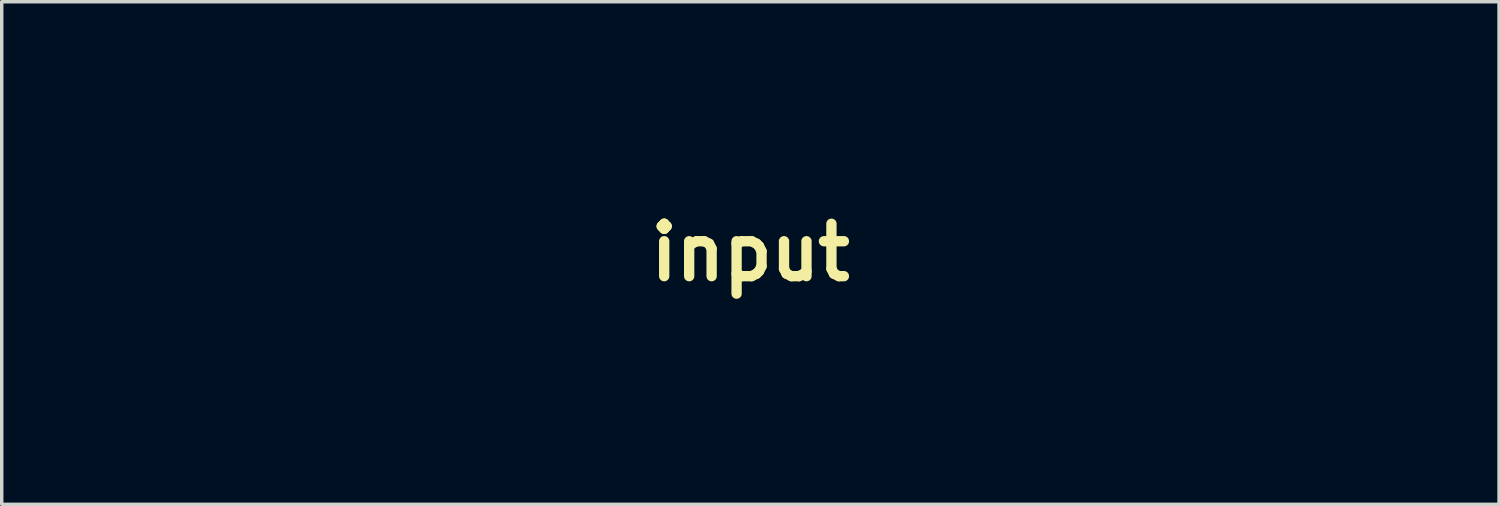
<source format=kicad_pcb>
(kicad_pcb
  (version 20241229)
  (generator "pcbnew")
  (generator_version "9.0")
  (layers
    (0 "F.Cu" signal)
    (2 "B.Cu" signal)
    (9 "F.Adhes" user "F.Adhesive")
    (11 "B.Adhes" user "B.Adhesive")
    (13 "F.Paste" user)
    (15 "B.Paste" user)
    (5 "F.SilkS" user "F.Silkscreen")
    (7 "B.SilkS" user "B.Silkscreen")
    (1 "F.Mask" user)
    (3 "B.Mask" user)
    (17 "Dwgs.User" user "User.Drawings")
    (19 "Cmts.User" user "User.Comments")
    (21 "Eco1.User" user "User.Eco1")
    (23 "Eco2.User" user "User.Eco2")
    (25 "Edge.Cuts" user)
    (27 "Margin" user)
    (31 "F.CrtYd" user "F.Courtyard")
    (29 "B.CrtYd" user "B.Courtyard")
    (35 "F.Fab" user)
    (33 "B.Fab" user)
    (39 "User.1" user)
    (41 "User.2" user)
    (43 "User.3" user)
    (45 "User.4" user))
  (footprint "input"
    (layer "F.Cu")
    (at 18.765 4.29)
    (property "Reference" "input" (at 0 0 0) (layer "F.SilkS") (effects (font (size 1.524 1.524) (thickness 0.3))))
    (attr through_hole)
    (fp_poly (pts (xy -17.978 -4.066) (xy -17.848 -4.009) (xy -17.707 -3.915) (xy -17.578 -3.801) (xy -17.482 -3.684) (xy -17.471 -3.666) (xy -17.452 -3.63) (xy -17.437 -3.594) (xy -17.424 -3.549) (xy -17.415 -3.489) (xy -17.409 -3.407) (xy -17.404 -3.296) (xy -17.402 -3.148) (xy -17.4 -2.957) (xy -17.4 -2.715) (xy -17.4 -2.483) (xy -17.399 -2.183) (xy -17.397 -1.939) (xy -17.394 -1.745) (xy -17.389 -1.596) (xy -17.383 -1.484) (xy -17.374 -1.403) (xy -17.363 -1.346) (xy -17.352 -1.315) (xy -17.316 -1.257) (xy -17.242 -1.163) (xy -17.139 -1.044) (xy -17.016 -0.907) (xy -16.884 -0.768) (xy -16.71 -0.585) (xy -16.576 -0.436) (xy -16.474 -0.31) (xy -16.397 -0.199) (xy -16.342 -0.105) (xy -16.223 0.123) (xy -16.24 3.672) (xy -16.328 3.804) (xy -16.461 3.958) (xy -16.641 4.095) (xy -16.85 4.202) (xy -16.907 4.224) (xy -17.031 4.256) (xy -17.195 4.282) (xy -17.378 4.301) (xy -17.558 4.31) (xy -17.715 4.309) (xy -17.812 4.298) (xy -18.067 4.227) (xy -18.299 4.121) (xy -18.495 3.986) (xy -18.643 3.83) (xy -18.661 3.804) (xy -18.748 3.672) (xy -18.757 0.073) (xy -18.758 -0.481) (xy -18.759 -0.976) (xy -18.76 -1.414) (xy -18.76 -1.799) (xy -18.76 -2.136) (xy -18.76 -2.426) (xy -18.759 -2.674) (xy -18.758 -2.884) (xy -18.756 -3.059) (xy -18.753 -3.202) (xy -18.75 -3.317) (xy -18.746 -3.408) (xy -18.741 -3.478) (xy -18.735 -3.531) (xy -18.729 -3.57) (xy -18.721 -3.599) (xy -18.713 -3.622) (xy -18.703 -3.641) (xy -18.702 -3.644) (xy -18.58 -3.824) (xy -18.436 -3.961) (xy -18.276 -4.048) (xy -18.111 -4.081) (xy -17.978 -4.066)) (stroke (width 0.01) (type solid)) (fill yes) (layer "F.Mask"))
    (fp_poly (pts (xy 16.166 -4.25) (xy 16.608 -4.249) (xy 16.992 -4.248) (xy 17.319 -4.245) (xy 17.591 -4.243) (xy 17.809 -4.239) (xy 17.974 -4.235) (xy 18.088 -4.23) (xy 18.152 -4.224) (xy 18.161 -4.222) (xy 18.273 -4.183) (xy 18.397 -4.122) (xy 18.451 -4.088) (xy 18.614 -3.949) (xy 18.718 -3.795) (xy 18.763 -3.632) (xy 18.752 -3.467) (xy 18.683 -3.305) (xy 18.559 -3.152) (xy 18.381 -3.015) (xy 18.288 -2.963) (xy 18.113 -2.873) (xy 17.002 -2.857) (xy 16.707 -2.853) (xy 16.469 -2.849) (xy 16.281 -2.845) (xy 16.136 -2.84) (xy 16.027 -2.835) (xy 15.948 -2.827) (xy 15.891 -2.817) (xy 15.851 -2.805) (xy 15.82 -2.79) (xy 15.792 -2.771) (xy 15.789 -2.769) (xy 15.693 -2.686) (xy 15.588 -2.572) (xy 15.493 -2.451) (xy 15.435 -2.36) (xy 15.42 -2.297) (xy 15.408 -2.179) (xy 15.401 -2.012) (xy 15.399 -1.806) (xy 15.399 -1.314) (xy 15.497 -1.159) (xy 15.552 -1.085) (xy 15.642 -0.976) (xy 15.757 -0.844) (xy 15.888 -0.701) (xy 15.993 -0.589) (xy 16.137 -0.434) (xy 16.265 -0.29) (xy 16.367 -0.165) (xy 16.436 -0.069) (xy 16.458 -0.032) (xy 16.473 0.002) (xy 16.486 0.037) (xy 16.496 0.079) (xy 16.505 0.134) (xy 16.512 0.207) (xy 16.518 0.304) (xy 16.522 0.43) (xy 16.525 0.591) (xy 16.528 0.793) (xy 16.53 1.04) (xy 16.533 1.339) (xy 16.535 1.696) (xy 16.535 1.758) (xy 16.537 2.149) (xy 16.538 2.483) (xy 16.538 2.763) (xy 16.535 2.997) (xy 16.53 3.188) (xy 16.522 3.344) (xy 16.51 3.468) (xy 16.494 3.568) (xy 16.473 3.647) (xy 16.446 3.712) (xy 16.413 3.768) (xy 16.373 3.82) (xy 16.326 3.874) (xy 16.307 3.895) (xy 16.108 4.071) (xy 15.87 4.2) (xy 15.65 4.269) (xy 15.467 4.299) (xy 15.255 4.312) (xy 15.042 4.309) (xy 14.858 4.288) (xy 14.843 4.285) (xy 14.587 4.203) (xy 14.363 4.065) (xy 14.17 3.873) (xy 14.109 3.791) (xy 13.986 3.612) (xy 13.954 -2.175) (xy 13.881 -2.313) (xy 13.764 -2.502) (xy 13.626 -2.667) (xy 13.516 -2.765) (xy 13.414 -2.842) (xy 12.303 -2.857) (xy 12.006 -2.862) (xy 11.766 -2.866) (xy 11.575 -2.871) (xy 11.426 -2.876) (xy 11.313 -2.882) (xy 11.228 -2.891) (xy 11.164 -2.901) (xy 11.114 -2.914) (xy 11.071 -2.93) (xy 11.047 -2.94) (xy 10.843 -3.061) (xy 10.69 -3.207) (xy 10.59 -3.372) (xy 10.545 -3.551) (xy 10.559 -3.737) (xy 10.634 -3.924) (xy 10.636 -3.926) (xy 10.707 -4.032) (xy 10.788 -4.124) (xy 10.834 -4.164) (xy 10.938 -4.239) (xy 14.478 -4.248) (xy 15.102 -4.249) (xy 15.664 -4.25) (xy 16.166 -4.25)) (stroke (width 0.01) (type solid)) (fill yes) (layer "F.Mask"))
    (fp_poly (pts (xy -9.931 -4.284) (xy -9.779 -4.283) (xy -9.659 -4.28) (xy -9.565 -4.276) (xy -9.492 -4.271) (xy -9.436 -4.264) (xy -9.392 -4.256) (xy -9.355 -4.246) (xy -9.321 -4.234) (xy -9.303 -4.227) (xy -9.252 -4.205) (xy -9.199 -4.176) (xy -9.139 -4.134) (xy -9.067 -4.075) (xy -8.977 -3.995) (xy -8.863 -3.888) (xy -8.722 -3.75) (xy -8.547 -3.576) (xy -8.333 -3.362) (xy -8.313 -3.342) (xy -8.099 -3.127) (xy -7.926 -2.951) (xy -7.788 -2.81) (xy -7.682 -2.698) (xy -7.602 -2.609) (xy -7.545 -2.539) (xy -7.505 -2.482) (xy -7.478 -2.433) (xy -7.459 -2.386) (xy -7.448 -2.352) (xy -7.439 -2.316) (xy -7.432 -2.269) (xy -7.425 -2.209) (xy -7.419 -2.13) (xy -7.414 -2.029) (xy -7.41 -1.901) (xy -7.407 -1.743) (xy -7.404 -1.551) (xy -7.402 -1.319) (xy -7.4 -1.045) (xy -7.399 -0.725) (xy -7.398 -0.353) (xy -7.398 0.074) (xy -7.398 0.559) (xy -7.398 0.624) (xy -7.398 1.11) (xy -7.398 1.537) (xy -7.398 1.909) (xy -7.399 2.23) (xy -7.4 2.504) (xy -7.402 2.735) (xy -7.404 2.927) (xy -7.407 3.085) (xy -7.41 3.212) (xy -7.415 3.314) (xy -7.42 3.393) (xy -7.426 3.454) (xy -7.434 3.502) (xy -7.442 3.539) (xy -7.452 3.572) (xy -7.461 3.594) (xy -7.559 3.793) (xy -7.688 3.95) (xy -7.838 4.06) (xy -8.002 4.118) (xy -8.174 4.121) (xy -8.277 4.094) (xy -8.428 4.016) (xy -8.573 3.905) (xy -8.67 3.802) (xy -8.747 3.699) (xy -8.779 -2.175) (xy -8.854 -2.318) (xy -8.967 -2.507) (xy -9.084 -2.648) (xy -9.22 -2.757) (xy -9.234 -2.766) (xy -9.379 -2.857) (xy -11.684 -2.857) (xy -13.989 -2.858) (xy -14.13 -2.767) (xy -14.286 -2.65) (xy -14.406 -2.517) (xy -14.475 -2.413) (xy -14.501 -2.363) (xy -14.519 -2.308) (xy -14.531 -2.236) (xy -14.538 -2.134) (xy -14.541 -1.991) (xy -14.541 -1.833) (xy -14.54 -1.64) (xy -14.532 -1.486) (xy -14.512 -1.358) (xy -14.476 -1.244) (xy -14.417 -1.134) (xy -14.331 -1.016) (xy -14.212 -0.877) (xy -14.055 -0.707) (xy -14.017 -0.667) (xy -13.855 -0.493) (xy -13.731 -0.357) (xy -13.638 -0.25) (xy -13.571 -0.166) (xy -13.525 -0.095) (xy -13.491 -0.029) (xy -13.466 0.039) (xy -13.449 0.093) (xy -13.436 0.171) (xy -13.425 0.304) (xy -13.415 0.484) (xy -13.407 0.704) (xy -13.401 0.956) (xy -13.397 1.232) (xy -13.394 1.523) (xy -13.393 1.823) (xy -13.393 2.122) (xy -13.396 2.413) (xy -13.4 2.688) (xy -13.406 2.94) (xy -13.413 3.16) (xy -13.423 3.34) (xy -13.434 3.472) (xy -13.447 3.549) (xy -13.541 3.758) (xy -13.687 3.945) (xy -13.877 4.101) (xy -14.099 4.216) (xy -14.172 4.242) (xy -14.298 4.269) (xy -14.465 4.29) (xy -14.653 4.303) (xy -14.839 4.306) (xy -15.002 4.3) (xy -15.104 4.286) (xy -15.363 4.203) (xy -15.583 4.07) (xy -15.762 3.89) (xy -15.845 3.765) (xy -15.938 3.604) (xy -15.938 0.626) (xy -15.938 -2.352) (xy -15.861 -2.501) (xy -15.812 -2.573) (xy -15.724 -2.68) (xy -15.602 -2.816) (xy -15.455 -2.972) (xy -15.289 -3.143) (xy -15.112 -3.322) (xy -14.931 -3.5) (xy -14.753 -3.671) (xy -14.585 -3.829) (xy -14.435 -3.965) (xy -14.308 -4.073) (xy -14.214 -4.146) (xy -14.174 -4.17) (xy -14.013 -4.25) (xy -11.745 -4.272) (xy -11.311 -4.276) (xy -10.936 -4.279) (xy -10.615 -4.282) (xy -10.344 -4.284) (xy -10.117 -4.285) (xy -9.931 -4.284)) (stroke (width 0.01) (type solid)) (fill yes) (layer "F.Mask"))
    (fp_poly (pts (xy 2.525 -4.065) (xy 2.689 -3.976) (xy 2.84 -3.835) (xy 2.972 -3.647) (xy 2.992 -3.611) (xy 3.012 -3.572) (xy 3.027 -3.533) (xy 3.04 -3.484) (xy 3.049 -3.421) (xy 3.057 -3.334) (xy 3.063 -3.218) (xy 3.068 -3.064) (xy 3.072 -2.867) (xy 3.076 -2.618) (xy 3.08 -2.397) (xy 3.096 -1.318) (xy 3.201 -1.162) (xy 3.258 -1.087) (xy 3.35 -0.977) (xy 3.466 -0.845) (xy 3.597 -0.701) (xy 3.693 -0.599) (xy 3.865 -0.413) (xy 3.997 -0.261) (xy 4.095 -0.132) (xy 4.165 -0.018) (xy 4.214 0.092) (xy 4.247 0.206) (xy 4.253 0.232) (xy 4.262 0.305) (xy 4.27 0.434) (xy 4.276 0.61) (xy 4.282 0.825) (xy 4.285 1.071) (xy 4.286 1.34) (xy 4.286 1.377) (xy 4.286 1.654) (xy 4.287 1.874) (xy 4.289 2.046) (xy 4.292 2.176) (xy 4.297 2.271) (xy 4.304 2.339) (xy 4.315 2.387) (xy 4.329 2.421) (xy 4.346 2.45) (xy 4.358 2.466) (xy 4.508 2.627) (xy 4.705 2.762) (xy 4.815 2.818) (xy 5.001 2.905) (xy 8.176 2.905) (xy 8.346 2.811) (xy 8.551 2.662) (xy 8.72 2.463) (xy 8.803 2.32) (xy 8.874 2.175) (xy 8.906 -3.667) (xy 8.983 -3.77) (xy 9.099 -3.891) (xy 9.247 -3.998) (xy 9.376 -4.062) (xy 9.548 -4.095) (xy 9.718 -4.07) (xy 9.877 -3.99) (xy 10.02 -3.86) (xy 10.137 -3.686) (xy 10.193 -3.561) (xy 10.204 -3.53) (xy 10.214 -3.498) (xy 10.222 -3.459) (xy 10.229 -3.411) (xy 10.235 -3.349) (xy 10.24 -3.268) (xy 10.244 -3.165) (xy 10.247 -3.036) (xy 10.249 -2.876) (xy 10.251 -2.682) (xy 10.252 -2.449) (xy 10.252 -2.173) (xy 10.252 -1.851) (xy 10.251 -1.477) (xy 10.25 -1.048) (xy 10.248 -0.561) (xy 10.248 -0.528) (xy 10.247 -0.037) (xy 10.245 0.394) (xy 10.244 0.771) (xy 10.242 1.096) (xy 10.24 1.373) (xy 10.238 1.608) (xy 10.236 1.803) (xy 10.233 1.963) (xy 10.229 2.092) (xy 10.224 2.194) (xy 10.219 2.274) (xy 10.213 2.334) (xy 10.205 2.379) (xy 10.197 2.414) (xy 10.187 2.442) (xy 10.176 2.467) (xy 10.172 2.477) (xy 10.132 2.539) (xy 10.058 2.631) (xy 9.947 2.756) (xy 9.796 2.915) (xy 9.604 3.112) (xy 9.368 3.349) (xy 9.298 3.418) (xy 9.085 3.63) (xy 8.911 3.801) (xy 8.771 3.936) (xy 8.66 4.041) (xy 8.572 4.119) (xy 8.503 4.175) (xy 8.446 4.214) (xy 8.397 4.24) (xy 8.35 4.258) (xy 8.321 4.268) (xy 8.28 4.278) (xy 8.229 4.286) (xy 8.163 4.293) (xy 8.077 4.3) (xy 7.966 4.305) (xy 7.825 4.309) (xy 7.651 4.312) (xy 7.438 4.314) (xy 7.182 4.316) (xy 6.878 4.316) (xy 6.521 4.317) (xy 6.107 4.317) (xy 5.955 4.317) (xy 5.526 4.317) (xy 5.155 4.316) (xy 4.838 4.315) (xy 4.571 4.314) (xy 4.348 4.312) (xy 4.165 4.309) (xy 4.018 4.306) (xy 3.9 4.301) (xy 3.808 4.296) (xy 3.738 4.289) (xy 3.683 4.281) (xy 3.64 4.272) (xy 3.604 4.261) (xy 3.599 4.26) (xy 3.55 4.239) (xy 3.496 4.209) (xy 3.432 4.165) (xy 3.353 4.102) (xy 3.254 4.015) (xy 3.129 3.9) (xy 2.973 3.752) (xy 2.78 3.566) (xy 2.653 3.443) (xy 2.402 3.198) (xy 2.197 2.993) (xy 2.036 2.826) (xy 1.915 2.695) (xy 1.834 2.597) (xy 1.792 2.533) (xy 1.714 2.383) (xy 1.714 -3.673) (xy 1.807 -3.801) (xy 1.915 -3.912) (xy 2.059 -4.006) (xy 2.214 -4.072) (xy 2.357 -4.096) (xy 2.525 -4.065)) (stroke (width 0.01) (type solid)) (fill yes) (layer "F.Mask"))
    (fp_poly (pts (xy -1.197 -4.284) (xy -1.032 -4.283) (xy -0.899 -4.281) (xy -0.793 -4.277) (xy -0.709 -4.273) (xy -0.645 -4.268) (xy -0.595 -4.261) (xy -0.555 -4.253) (xy -0.523 -4.244) (xy -0.492 -4.233) (xy -0.475 -4.227) (xy -0.425 -4.205) (xy -0.373 -4.176) (xy -0.314 -4.135) (xy -0.243 -4.078) (xy -0.154 -3.999) (xy -0.043 -3.894) (xy 0.096 -3.758) (xy 0.268 -3.588) (xy 0.478 -3.377) (xy 0.529 -3.326) (xy 0.752 -3.103) (xy 0.934 -2.918) (xy 1.081 -2.766) (xy 1.195 -2.639) (xy 1.282 -2.532) (xy 1.344 -2.437) (xy 1.385 -2.347) (xy 1.411 -2.256) (xy 1.424 -2.157) (xy 1.429 -2.043) (xy 1.429 -1.908) (xy 1.429 -1.794) (xy 1.429 -1.639) (xy 1.428 -1.51) (xy 1.421 -1.401) (xy 1.405 -1.305) (xy 1.375 -1.215) (xy 1.328 -1.124) (xy 1.259 -1.026) (xy 1.165 -0.914) (xy 1.042 -0.781) (xy 0.885 -0.62) (xy 0.691 -0.425) (xy 0.531 -0.264) (xy 0.302 -0.034) (xy 0.112 0.154) (xy -0.044 0.305) (xy -0.169 0.422) (xy -0.27 0.51) (xy -0.349 0.574) (xy -0.413 0.617) (xy -0.457 0.641) (xy -0.494 0.657) (xy -0.53 0.671) (xy -0.572 0.682) (xy -0.624 0.692) (xy -0.693 0.699) (xy -0.784 0.706) (xy -0.902 0.711) (xy -1.053 0.715) (xy -1.242 0.719) (xy -1.475 0.722) (xy -1.758 0.725) (xy -2.096 0.728) (xy -2.302 0.73) (xy -2.672 0.734) (xy -2.983 0.737) (xy -3.242 0.74) (xy -3.453 0.744) (xy -3.622 0.747) (xy -3.754 0.752) (xy -3.854 0.757) (xy -3.928 0.764) (xy -3.982 0.772) (xy -4.02 0.782) (xy -4.047 0.794) (xy -4.07 0.808) (xy -4.08 0.815) (xy -4.162 0.884) (xy -4.266 0.983) (xy -4.371 1.093) (xy -4.46 1.196) (xy -4.479 1.219) (xy -4.491 1.247) (xy -4.502 1.296) (xy -4.511 1.374) (xy -4.519 1.486) (xy -4.525 1.637) (xy -4.531 1.835) (xy -4.536 2.084) (xy -4.54 2.378) (xy -4.545 2.673) (xy -4.549 2.911) (xy -4.553 3.1) (xy -4.559 3.247) (xy -4.565 3.359) (xy -4.573 3.443) (xy -4.584 3.507) (xy -4.597 3.556) (xy -4.613 3.599) (xy -4.625 3.625) (xy -4.756 3.835) (xy -4.937 4.014) (xy -5.16 4.157) (xy -5.415 4.258) (xy -5.518 4.283) (xy -5.683 4.305) (xy -5.88 4.313) (xy -6.081 4.308) (xy -6.256 4.289) (xy -6.278 4.285) (xy -6.532 4.205) (xy -6.752 4.074) (xy -6.931 3.895) (xy -7.019 3.765) (xy -7.111 3.604) (xy -7.112 -0.018) (xy -7.112 -1.997) (xy -5.712 -1.997) (xy -5.71 -1.796) (xy -5.709 -1.736) (xy -5.705 -1.538) (xy -5.701 -1.392) (xy -5.694 -1.289) (xy -5.684 -1.217) (xy -5.668 -1.165) (xy -5.646 -1.123) (xy -5.615 -1.08) (xy -5.611 -1.075) (xy -5.482 -0.944) (xy -5.316 -0.827) (xy -5.148 -0.745) (xy -5.112 -0.737) (xy -5.054 -0.729) (xy -4.969 -0.723) (xy -4.853 -0.717) (xy -4.702 -0.713) (xy -4.512 -0.709) (xy -4.279 -0.706) (xy -3.998 -0.704) (xy -3.666 -0.703) (xy -3.279 -0.701) (xy -2.832 -0.701) (xy -2.405 -0.7) (xy -2.036 -0.7) (xy -1.721 -0.701) (xy -1.456 -0.701) (xy -1.236 -0.703) (xy -1.056 -0.705) (xy -0.911 -0.708) (xy -0.798 -0.712) (xy -0.711 -0.717) (xy -0.645 -0.723) (xy -0.597 -0.73) (xy -0.561 -0.739) (xy -0.533 -0.75) (xy -0.513 -0.759) (xy -0.333 -0.885) (xy -0.181 -1.066) (xy -0.084 -1.238) (xy -0.038 -1.338) (xy -0.009 -1.422) (xy 0.007 -1.509) (xy 0.014 -1.621) (xy 0.016 -1.776) (xy 0.016 -1.778) (xy 0.011 -1.985) (xy -0.007 -2.149) (xy -0.043 -2.289) (xy -0.101 -2.424) (xy -0.166 -2.54) (xy -0.258 -2.67) (xy -0.36 -2.757) (xy -0.412 -2.786) (xy -0.553 -2.857) (xy -2.858 -2.858) (xy -5.163 -2.858) (xy -5.305 -2.768) (xy -5.408 -2.692) (xy -5.504 -2.606) (xy -5.534 -2.573) (xy -5.599 -2.494) (xy -5.646 -2.423) (xy -5.679 -2.349) (xy -5.699 -2.262) (xy -5.709 -2.148) (xy -5.712 -1.997) (xy -7.112 -1.997) (xy -7.112 -3.639) (xy -7.021 -3.782) (xy -6.909 -3.924) (xy -6.761 -4.062) (xy -6.603 -4.174) (xy -6.555 -4.2) (xy -6.532 -4.209) (xy -6.496 -4.216) (xy -6.443 -4.223) (xy -6.369 -4.229) (xy -6.271 -4.235) (xy -6.145 -4.24) (xy -5.986 -4.244) (xy -5.791 -4.248) (xy -5.556 -4.252) (xy -5.278 -4.256) (xy -4.952 -4.259) (xy -4.575 -4.263) (xy -4.142 -4.267) (xy -3.651 -4.271) (xy -3.555 -4.271) (xy -3.06 -4.275) (xy -2.625 -4.278) (xy -2.244 -4.281) (xy -1.916 -4.283) (xy -1.634 -4.284) (xy -1.396 -4.285) (xy -1.197 -4.284)) (stroke (width 0.01) (type solid)) (fill yes) (layer "F.Mask")))
  (gr_rect
    (start -3 -3)
    (end 40.534 11.612)
    (stroke (width 0.1) (type default))
    (fill no)
    (layer "Edge.Cuts")))
</source>
